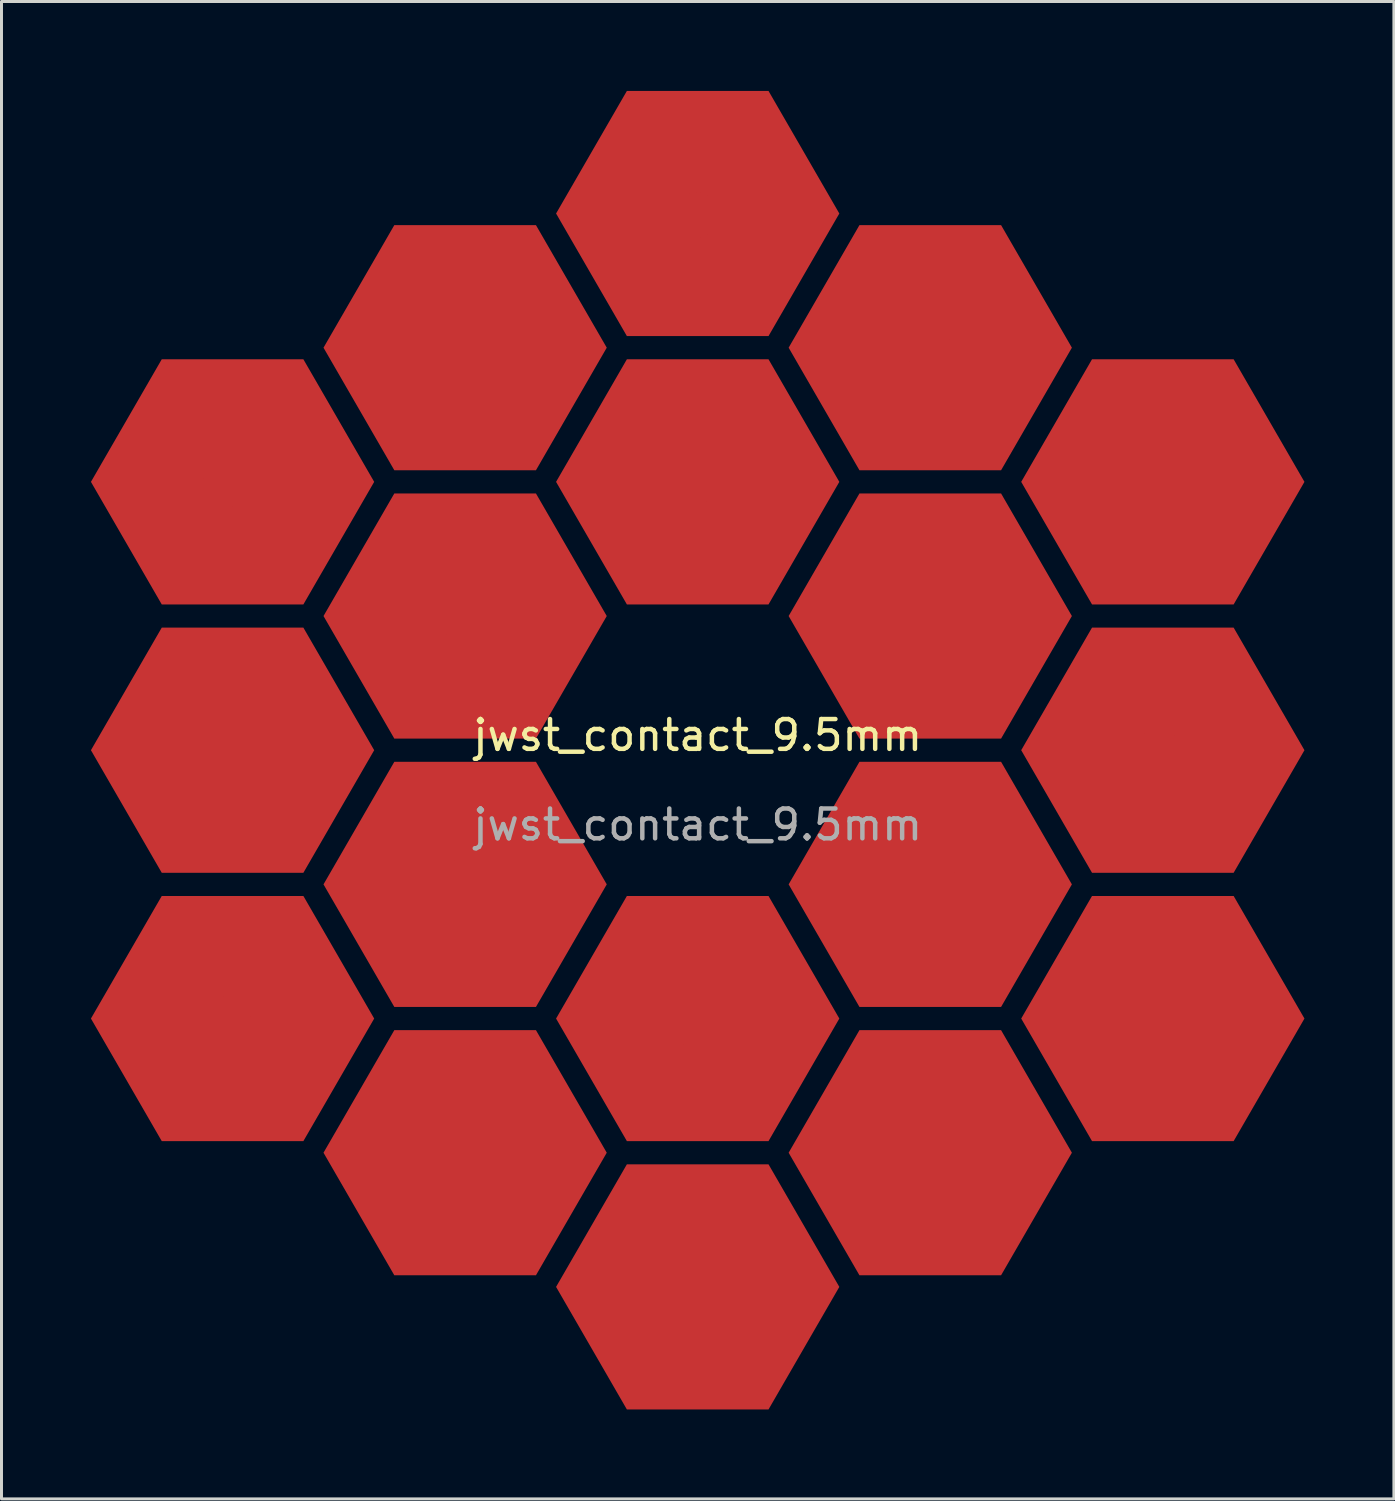
<source format=kicad_pcb>
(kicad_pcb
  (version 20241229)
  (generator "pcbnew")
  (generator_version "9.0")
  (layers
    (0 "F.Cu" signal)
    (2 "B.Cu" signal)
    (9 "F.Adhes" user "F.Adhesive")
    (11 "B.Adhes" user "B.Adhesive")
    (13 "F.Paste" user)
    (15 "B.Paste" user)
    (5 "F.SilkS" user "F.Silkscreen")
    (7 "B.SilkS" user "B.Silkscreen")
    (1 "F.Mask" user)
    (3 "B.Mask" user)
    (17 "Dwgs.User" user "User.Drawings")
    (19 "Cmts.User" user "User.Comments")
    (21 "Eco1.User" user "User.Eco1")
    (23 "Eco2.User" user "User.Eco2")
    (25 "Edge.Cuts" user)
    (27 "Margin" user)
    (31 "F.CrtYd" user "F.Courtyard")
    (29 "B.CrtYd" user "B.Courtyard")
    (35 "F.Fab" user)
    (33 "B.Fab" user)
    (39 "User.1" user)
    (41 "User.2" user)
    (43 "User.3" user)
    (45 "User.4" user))
  (footprint "jwst_contact_9.5mm"
    (layer "F.Cu")
    (at 20.35 22.111)
    (property "Reference" "jwst_contact_9.5mm" (at 0 -0.5 0) (unlocked yes) (layer "F.SilkS") (effects (font (size 1 1) (thickness 0.15))))
    (attr smd)
    (fp_poly (pts (xy -10.85 -9) (xy -13.225 -4.889) (xy -17.975 -4.889) (xy -20.35 -9) (xy -17.975 -13.111) (xy -13.225 -13.111)) (stroke (width 0) (type solid)) (fill yes) (layer "F.Cu"))
    (fp_poly (pts (xy -10.85 -0.000011) (xy -13.225 4.111) (xy -17.975 4.111) (xy -20.35 -0.000011) (xy -17.975 -4.111) (xy -13.225 -4.111)) (stroke (width 0) (type solid)) (fill yes) (layer "F.Cu"))
    (fp_poly (pts (xy -10.85 9) (xy -13.225 13.111) (xy -17.975 13.111) (xy -20.35 9) (xy -17.975 4.889) (xy -13.225 4.889)) (stroke (width 0) (type solid)) (fill yes) (layer "F.Cu"))
    (fp_poly (pts (xy -3.05 -13.5) (xy -5.425 -9.389) (xy -10.175 -9.389) (xy -12.55 -13.5) (xy -10.175 -17.611) (xy -5.425 -17.611)) (stroke (width 0) (type solid)) (fill yes) (layer "F.Cu"))
    (fp_poly (pts (xy -3.05 -4.5) (xy -5.425 -0.389) (xy -10.175 -0.389) (xy -12.55 -4.5) (xy -10.175 -8.611) (xy -5.425 -8.611)) (stroke (width 0) (type solid)) (fill yes) (layer "F.Cu"))
    (fp_poly (pts (xy -3.05 4.5) (xy -5.425 8.611) (xy -10.175 8.611) (xy -12.55 4.5) (xy -10.175 0.389) (xy -5.425 0.389)) (stroke (width 0) (type solid)) (fill yes) (layer "F.Cu"))
    (fp_poly (pts (xy -3.05 13.5) (xy -5.425 17.611) (xy -10.175 17.611) (xy -12.55 13.5) (xy -10.175 9.389) (xy -5.425 9.389)) (stroke (width 0) (type solid)) (fill yes) (layer "F.Cu"))
    (fp_poly (pts (xy 4.75 -18) (xy 2.375 -13.889) (xy -2.375 -13.889) (xy -4.75 -18) (xy -2.375 -22.111) (xy 2.375 -22.111)) (stroke (width 0) (type solid)) (fill yes) (layer "F.Cu"))
    (fp_poly (pts (xy 4.75 -9) (xy 2.375 -4.889) (xy -2.375 -4.889) (xy -4.75 -9) (xy -2.375 -13.111) (xy 2.375 -13.111)) (stroke (width 0) (type solid)) (fill yes) (layer "F.Cu"))
    (fp_poly (pts (xy 4.75 9) (xy 2.375 13.111) (xy -2.375 13.111) (xy -4.75 9) (xy -2.375 4.889) (xy 2.375 4.889)) (stroke (width 0) (type solid)) (fill yes) (layer "F.Cu"))
    (fp_poly (pts (xy 4.75 18) (xy 2.375 22.111) (xy -2.375 22.111) (xy -4.75 18) (xy -2.375 13.889) (xy 2.375 13.889)) (stroke (width 0) (type solid)) (fill yes) (layer "F.Cu"))
    (fp_poly (pts (xy 12.55 -13.5) (xy 10.175 -9.389) (xy 5.425 -9.389) (xy 3.05 -13.5) (xy 5.425 -17.611) (xy 10.175 -17.611)) (stroke (width 0) (type solid)) (fill yes) (layer "F.Cu"))
    (fp_poly (pts (xy 12.55 -4.5) (xy 10.175 -0.389) (xy 5.425 -0.389) (xy 3.05 -4.5) (xy 5.425 -8.611) (xy 10.175 -8.611)) (stroke (width 0) (type solid)) (fill yes) (layer "F.Cu"))
    (fp_poly (pts (xy 12.55 4.5) (xy 10.175 8.611) (xy 5.425 8.611) (xy 3.05 4.5) (xy 5.425 0.389) (xy 10.175 0.389)) (stroke (width 0) (type solid)) (fill yes) (layer "F.Cu"))
    (fp_poly (pts (xy 12.55 13.5) (xy 10.175 17.611) (xy 5.425 17.611) (xy 3.05 13.5) (xy 5.425 9.389) (xy 10.175 9.389)) (stroke (width 0) (type solid)) (fill yes) (layer "F.Cu"))
    (fp_poly (pts (xy 20.35 -9) (xy 17.975 -4.889) (xy 13.225 -4.889) (xy 10.85 -9) (xy 13.225 -13.111) (xy 17.975 -13.111)) (stroke (width 0) (type solid)) (fill yes) (layer "F.Cu"))
    (fp_poly (pts (xy 20.35 -0.000011) (xy 17.975 4.111) (xy 13.225 4.111) (xy 10.85 -0.000011) (xy 13.225 -4.111) (xy 17.975 -4.111)) (stroke (width 0) (type solid)) (fill yes) (layer "F.Cu"))
    (fp_poly (pts (xy 20.35 9) (xy 17.975 13.111) (xy 13.225 13.111) (xy 10.85 9) (xy 13.225 4.889) (xy 17.975 4.889)) (stroke (width 0) (type solid)) (fill yes) (layer "F.Cu"))
    (fp_poly (pts (xy -10.85 -9) (xy -13.225 -4.889) (xy -17.975 -4.889) (xy -20.35 -9) (xy -17.975 -13.111) (xy -13.225 -13.111)) (stroke (width 0) (type solid)) (fill yes) (layer "F.Mask"))
    (fp_poly (pts (xy -10.85 -0.000011) (xy -13.225 4.111) (xy -17.975 4.111) (xy -20.35 -0.000011) (xy -17.975 -4.111) (xy -13.225 -4.111)) (stroke (width 0) (type solid)) (fill yes) (layer "F.Mask"))
    (fp_poly (pts (xy -10.85 9) (xy -13.225 13.111) (xy -17.975 13.111) (xy -20.35 9) (xy -17.975 4.889) (xy -13.225 4.889)) (stroke (width 0) (type solid)) (fill yes) (layer "F.Mask"))
    (fp_poly (pts (xy -3.05 -13.5) (xy -5.425 -9.389) (xy -10.175 -9.389) (xy -12.55 -13.5) (xy -10.175 -17.611) (xy -5.425 -17.611)) (stroke (width 0) (type solid)) (fill yes) (layer "F.Mask"))
    (fp_poly (pts (xy -3.05 -4.5) (xy -5.425 -0.389) (xy -10.175 -0.389) (xy -12.55 -4.5) (xy -10.175 -8.611) (xy -5.425 -8.611)) (stroke (width 0) (type solid)) (fill yes) (layer "F.Mask"))
    (fp_poly (pts (xy -3.05 4.5) (xy -5.425 8.611) (xy -10.175 8.611) (xy -12.55 4.5) (xy -10.175 0.389) (xy -5.425 0.389)) (stroke (width 0) (type solid)) (fill yes) (layer "F.Mask"))
    (fp_poly (pts (xy -3.05 13.5) (xy -5.425 17.611) (xy -10.175 17.611) (xy -12.55 13.5) (xy -10.175 9.389) (xy -5.425 9.389)) (stroke (width 0) (type solid)) (fill yes) (layer "F.Mask"))
    (fp_poly (pts (xy 4.75 -18) (xy 2.375 -13.889) (xy -2.375 -13.889) (xy -4.75 -18) (xy -2.375 -22.111) (xy 2.375 -22.111)) (stroke (width 0) (type solid)) (fill yes) (layer "F.Mask"))
    (fp_poly (pts (xy 4.75 -9) (xy 2.375 -4.889) (xy -2.375 -4.889) (xy -4.75 -9) (xy -2.375 -13.111) (xy 2.375 -13.111)) (stroke (width 0) (type solid)) (fill yes) (layer "F.Mask"))
    (fp_poly (pts (xy 4.75 9) (xy 2.375 13.111) (xy -2.375 13.111) (xy -4.75 9) (xy -2.375 4.889) (xy 2.375 4.889)) (stroke (width 0) (type solid)) (fill yes) (layer "F.Mask"))
    (fp_poly (pts (xy 4.75 18) (xy 2.375 22.111) (xy -2.375 22.111) (xy -4.75 18) (xy -2.375 13.889) (xy 2.375 13.889)) (stroke (width 0) (type solid)) (fill yes) (layer "F.Mask"))
    (fp_poly (pts (xy 12.55 -13.5) (xy 10.175 -9.389) (xy 5.425 -9.389) (xy 3.05 -13.5) (xy 5.425 -17.611) (xy 10.175 -17.611)) (stroke (width 0) (type solid)) (fill yes) (layer "F.Mask"))
    (fp_poly (pts (xy 12.55 -4.5) (xy 10.175 -0.389) (xy 5.425 -0.389) (xy 3.05 -4.5) (xy 5.425 -8.611) (xy 10.175 -8.611)) (stroke (width 0) (type solid)) (fill yes) (layer "F.Mask"))
    (fp_poly (pts (xy 12.55 4.5) (xy 10.175 8.611) (xy 5.425 8.611) (xy 3.05 4.5) (xy 5.425 0.389) (xy 10.175 0.389)) (stroke (width 0) (type solid)) (fill yes) (layer "F.Mask"))
    (fp_poly (pts (xy 12.55 13.5) (xy 10.175 17.611) (xy 5.425 17.611) (xy 3.05 13.5) (xy 5.425 9.389) (xy 10.175 9.389)) (stroke (width 0) (type solid)) (fill yes) (layer "F.Mask"))
    (fp_poly (pts (xy 20.35 -9) (xy 17.975 -4.889) (xy 13.225 -4.889) (xy 10.85 -9) (xy 13.225 -13.111) (xy 17.975 -13.111)) (stroke (width 0) (type solid)) (fill yes) (layer "F.Mask"))
    (fp_poly (pts (xy 20.35 -0.000011) (xy 17.975 4.111) (xy 13.225 4.111) (xy 10.85 -0.000011) (xy 13.225 -4.111) (xy 17.975 -4.111)) (stroke (width 0) (type solid)) (fill yes) (layer "F.Mask"))
    (fp_poly (pts (xy 20.35 9) (xy 17.975 13.111) (xy 13.225 13.111) (xy 10.85 9) (xy 13.225 4.889) (xy 17.975 4.889)) (stroke (width 0) (type solid)) (fill yes) (layer "F.Mask"))
    (fp_text user "${REFERENCE}" (at 0 2.5 0) (unlocked yes) (layer "F.Fab") (effects (font (size 1 1) (thickness 0.15))))
    (pad "1" smd circle (at -0.05 -17.95) (size 1.524 1.524) (layers "F.Cu" "F.Mask"))
    (pad "2" smd circle (at -7.75 -13.45) (size 1.524 1.524) (layers "F.Cu" "F.Mask"))
    (pad "3" smd circle (at 7.75 -13.45) (size 1.524 1.524) (layers "F.Cu" "F.Mask"))
    (pad "4" smd circle (at -15.85 -8.9) (size 1.524 1.524) (layers "F.Cu" "F.Mask"))
    (pad "5" smd circle (at 0 -9.05) (size 1.524 1.524) (layers "F.Cu" "F.Mask"))
    (pad "6" smd circle (at 15.6 -9.1) (size 1.524 1.524) (layers "F.Cu" "F.Mask"))
    (pad "7" smd circle (at -8.05 -4.55) (size 1.524 1.524) (layers "F.Cu" "F.Mask"))
    (pad "8" smd circle (at 7.9 -4.45) (size 1.524 1.524) (layers "F.Cu" "F.Mask"))
    (pad "9" smd circle (at -15.9 0.1) (size 1.524 1.524) (layers "F.Cu" "F.Mask"))
    (pad "10" smd circle (at 15.45 0.05) (size 1.524 1.524) (layers "F.Cu" "F.Mask"))
    (pad "11" smd circle (at -7.75 4.35) (size 1.524 1.524) (layers "F.Cu" "F.Mask"))
    (pad "12" smd circle (at 7.9 4.35) (size 1.524 1.524) (layers "F.Cu" "F.Mask"))
    (pad "13" smd circle (at -15.75 9) (size 1.524 1.524) (layers "F.Cu" "F.Mask"))
    (pad "14" smd circle (at -0.25 9.15) (size 1.524 1.524) (layers "F.Cu" "F.Mask"))
    (pad "15" smd circle (at 15.85 9.3) (size 1.524 1.524) (layers "F.Cu" "F.Mask"))
    (pad "16" smd circle (at -7.85 13.6) (size 1.524 1.524) (layers "F.Cu" "F.Mask"))
    (pad "17" smd circle (at 8 13.7) (size 1.524 1.524) (layers "F.Cu" "F.Mask"))
    (pad "18" smd circle (at -0.2 18.2) (size 1.524 1.524) (layers "F.Cu" "F.Mask")))
  (gr_rect
    (start -3 -3)
    (end 43.7 47.221)
    (stroke (width 0.1) (type default))
    (fill no)
    (layer "Edge.Cuts")))
</source>
